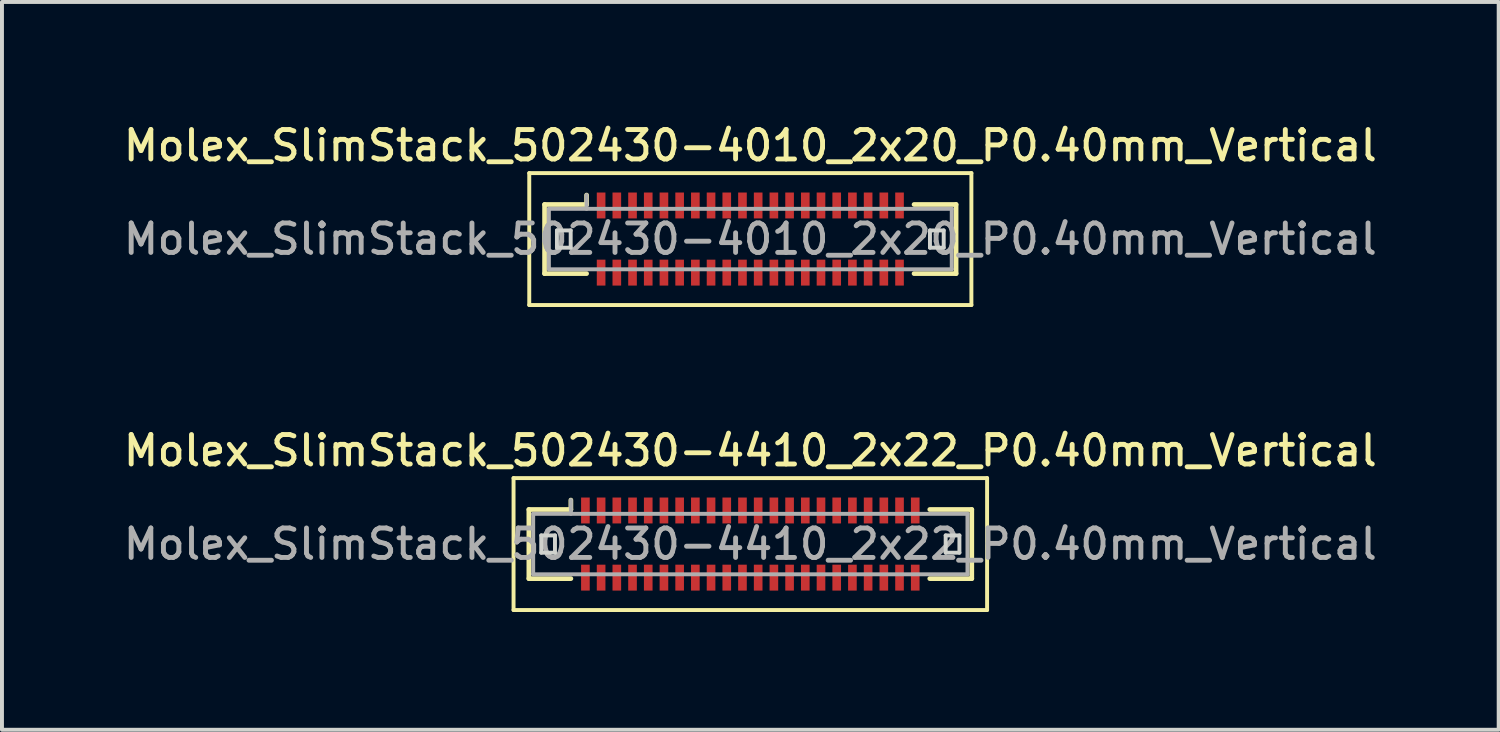
<source format=kicad_pcb>
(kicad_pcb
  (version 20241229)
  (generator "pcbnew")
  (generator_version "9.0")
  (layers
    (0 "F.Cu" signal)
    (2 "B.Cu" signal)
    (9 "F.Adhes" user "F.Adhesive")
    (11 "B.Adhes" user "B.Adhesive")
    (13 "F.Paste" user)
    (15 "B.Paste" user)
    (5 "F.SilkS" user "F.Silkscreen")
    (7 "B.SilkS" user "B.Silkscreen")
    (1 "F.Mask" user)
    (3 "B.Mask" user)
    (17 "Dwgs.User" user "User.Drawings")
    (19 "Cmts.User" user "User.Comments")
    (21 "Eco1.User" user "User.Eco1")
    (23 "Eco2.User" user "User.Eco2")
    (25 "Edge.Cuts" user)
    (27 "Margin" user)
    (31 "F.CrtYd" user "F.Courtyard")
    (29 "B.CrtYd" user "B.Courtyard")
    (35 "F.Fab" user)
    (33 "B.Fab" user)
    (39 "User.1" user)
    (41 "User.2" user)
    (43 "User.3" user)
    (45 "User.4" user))
  (footprint "Molex_SlimStack_502430-4410_2x22_P0.40mm_Vertical"
    (layer "F.Cu")
    (at 16.059 10.806)
    (property "Reference" "Molex_SlimStack_502430-4410_2x22_P0.40mm_Vertical" (at 0 -2.38 0) (layer "F.SilkS") (effects (font (size 0.75 0.75) (thickness 0.125))))
    (attr smd)
    (fp_line (start -6.03 -1.68) (end -6.03 1.68) (stroke (width 0.1) (type solid)) (layer "F.SilkS"))
    (fp_line (start -6.03 1.68) (end 6.03 1.68) (stroke (width 0.1) (type solid)) (layer "F.SilkS"))
    (fp_line (start -5.64 -0.88) (end -4.57 -0.88) (stroke (width 0.12) (type solid)) (layer "F.SilkS"))
    (fp_line (start -5.64 0.88) (end -5.64 -0.88) (stroke (width 0.12) (type solid)) (layer "F.SilkS"))
    (fp_line (start -4.57 -0.88) (end -4.57 -1.12) (stroke (width 0.12) (type solid)) (layer "F.SilkS"))
    (fp_line (start -4.57 0.88) (end -5.64 0.88) (stroke (width 0.12) (type solid)) (layer "F.SilkS"))
    (fp_line (start 4.57 0.88) (end 5.64 0.88) (stroke (width 0.12) (type solid)) (layer "F.SilkS"))
    (fp_line (start 5.64 -0.88) (end 4.57 -0.88) (stroke (width 0.12) (type solid)) (layer "F.SilkS"))
    (fp_line (start 5.64 0.88) (end 5.64 -0.88) (stroke (width 0.12) (type solid)) (layer "F.SilkS"))
    (fp_line (start 6.03 -1.68) (end -6.03 -1.68) (stroke (width 0.1) (type solid)) (layer "F.SilkS"))
    (fp_line (start 6.03 1.68) (end 6.03 -1.68) (stroke (width 0.1) (type solid)) (layer "F.SilkS"))
    (fp_line (start -5.325 -0.22) (end -5.325 0.22) (stroke (width 0.1) (type solid)) (layer "Edge.Cuts"))
    (fp_line (start -5.325 0.22) (end -4.975 0.22) (stroke (width 0.1) (type solid)) (layer "Edge.Cuts"))
    (fp_line (start -4.975 -0.22) (end -5.325 -0.22) (stroke (width 0.1) (type solid)) (layer "Edge.Cuts"))
    (fp_line (start -4.975 0.22) (end -4.975 -0.22) (stroke (width 0.1) (type solid)) (layer "Edge.Cuts"))
    (fp_line (start 4.975 -0.22) (end 4.975 0.22) (stroke (width 0.1) (type solid)) (layer "Edge.Cuts"))
    (fp_line (start 4.975 0.22) (end 5.325 0.22) (stroke (width 0.1) (type solid)) (layer "Edge.Cuts"))
    (fp_line (start 5.325 -0.22) (end 4.975 -0.22) (stroke (width 0.1) (type solid)) (layer "Edge.Cuts"))
    (fp_line (start 5.325 0.22) (end 5.325 -0.22) (stroke (width 0.1) (type solid)) (layer "Edge.Cuts"))
    (fp_line (start -5.53 -0.77) (end -5.53 0.77) (stroke (width 0.1) (type solid)) (layer "F.Fab"))
    (fp_line (start -5.53 0.77) (end 5.53 0.77) (stroke (width 0.1) (type solid)) (layer "F.Fab"))
    (fp_line (start -4.57 -0.77) (end -4.57 -1.12) (stroke (width 0.1) (type solid)) (layer "F.Fab"))
    (fp_line (start 5.53 -0.77) (end -5.53 -0.77) (stroke (width 0.1) (type solid)) (layer "F.Fab"))
    (fp_line (start 5.53 0.77) (end 5.53 -0.77) (stroke (width 0.1) (type solid)) (layer "F.Fab"))
    (fp_text user "${REFERENCE}" (at 0 0 0) (layer "F.Fab") (effects (font (size 0.75 0.75) (thickness 0.125))))
    (pad "1" smd rect (at -4.2 -0.855) (size 0.22 0.66) (layers "F.Cu" "F.Mask" "F.Paste"))
    (pad "2" smd rect (at -4.2 0.855) (size 0.22 0.66) (layers "F.Cu" "F.Mask" "F.Paste"))
    (pad "3" smd rect (at -3.8 -0.855) (size 0.22 0.66) (layers "F.Cu" "F.Mask" "F.Paste"))
    (pad "4" smd rect (at -3.8 0.855) (size 0.22 0.66) (layers "F.Cu" "F.Mask" "F.Paste"))
    (pad "5" smd rect (at -3.4 -0.855) (size 0.22 0.66) (layers "F.Cu" "F.Mask" "F.Paste"))
    (pad "6" smd rect (at -3.4 0.855) (size 0.22 0.66) (layers "F.Cu" "F.Mask" "F.Paste"))
    (pad "7" smd rect (at -3 -0.855) (size 0.22 0.66) (layers "F.Cu" "F.Mask" "F.Paste"))
    (pad "8" smd rect (at -3 0.855) (size 0.22 0.66) (layers "F.Cu" "F.Mask" "F.Paste"))
    (pad "9" smd rect (at -2.6 -0.855) (size 0.22 0.66) (layers "F.Cu" "F.Mask" "F.Paste"))
    (pad "10" smd rect (at -2.6 0.855) (size 0.22 0.66) (layers "F.Cu" "F.Mask" "F.Paste"))
    (pad "11" smd rect (at -2.2 -0.855) (size 0.22 0.66) (layers "F.Cu" "F.Mask" "F.Paste"))
    (pad "12" smd rect (at -2.2 0.855) (size 0.22 0.66) (layers "F.Cu" "F.Mask" "F.Paste"))
    (pad "13" smd rect (at -1.8 -0.855) (size 0.22 0.66) (layers "F.Cu" "F.Mask" "F.Paste"))
    (pad "14" smd rect (at -1.8 0.855) (size 0.22 0.66) (layers "F.Cu" "F.Mask" "F.Paste"))
    (pad "15" smd rect (at -1.4 -0.855) (size 0.22 0.66) (layers "F.Cu" "F.Mask" "F.Paste"))
    (pad "16" smd rect (at -1.4 0.855) (size 0.22 0.66) (layers "F.Cu" "F.Mask" "F.Paste"))
    (pad "17" smd rect (at -1 -0.855) (size 0.22 0.66) (layers "F.Cu" "F.Mask" "F.Paste"))
    (pad "18" smd rect (at -1 0.855) (size 0.22 0.66) (layers "F.Cu" "F.Mask" "F.Paste"))
    (pad "19" smd rect (at -0.6 -0.855) (size 0.22 0.66) (layers "F.Cu" "F.Mask" "F.Paste"))
    (pad "20" smd rect (at -0.6 0.855) (size 0.22 0.66) (layers "F.Cu" "F.Mask" "F.Paste"))
    (pad "21" smd rect (at -0.2 -0.855) (size 0.22 0.66) (layers "F.Cu" "F.Mask" "F.Paste"))
    (pad "22" smd rect (at -0.2 0.855) (size 0.22 0.66) (layers "F.Cu" "F.Mask" "F.Paste"))
    (pad "23" smd rect (at 0.2 -0.855) (size 0.22 0.66) (layers "F.Cu" "F.Mask" "F.Paste"))
    (pad "24" smd rect (at 0.2 0.855) (size 0.22 0.66) (layers "F.Cu" "F.Mask" "F.Paste"))
    (pad "25" smd rect (at 0.6 -0.855) (size 0.22 0.66) (layers "F.Cu" "F.Mask" "F.Paste"))
    (pad "26" smd rect (at 0.6 0.855) (size 0.22 0.66) (layers "F.Cu" "F.Mask" "F.Paste"))
    (pad "27" smd rect (at 1 -0.855) (size 0.22 0.66) (layers "F.Cu" "F.Mask" "F.Paste"))
    (pad "28" smd rect (at 1 0.855) (size 0.22 0.66) (layers "F.Cu" "F.Mask" "F.Paste"))
    (pad "29" smd rect (at 1.4 -0.855) (size 0.22 0.66) (layers "F.Cu" "F.Mask" "F.Paste"))
    (pad "30" smd rect (at 1.4 0.855) (size 0.22 0.66) (layers "F.Cu" "F.Mask" "F.Paste"))
    (pad "31" smd rect (at 1.8 -0.855) (size 0.22 0.66) (layers "F.Cu" "F.Mask" "F.Paste"))
    (pad "32" smd rect (at 1.8 0.855) (size 0.22 0.66) (layers "F.Cu" "F.Mask" "F.Paste"))
    (pad "33" smd rect (at 2.2 -0.855) (size 0.22 0.66) (layers "F.Cu" "F.Mask" "F.Paste"))
    (pad "34" smd rect (at 2.2 0.855) (size 0.22 0.66) (layers "F.Cu" "F.Mask" "F.Paste"))
    (pad "35" smd rect (at 2.6 -0.855) (size 0.22 0.66) (layers "F.Cu" "F.Mask" "F.Paste"))
    (pad "36" smd rect (at 2.6 0.855) (size 0.22 0.66) (layers "F.Cu" "F.Mask" "F.Paste"))
    (pad "37" smd rect (at 3 -0.855) (size 0.22 0.66) (layers "F.Cu" "F.Mask" "F.Paste"))
    (pad "38" smd rect (at 3 0.855) (size 0.22 0.66) (layers "F.Cu" "F.Mask" "F.Paste"))
    (pad "39" smd rect (at 3.4 -0.855) (size 0.22 0.66) (layers "F.Cu" "F.Mask" "F.Paste"))
    (pad "40" smd rect (at 3.4 0.855) (size 0.22 0.66) (layers "F.Cu" "F.Mask" "F.Paste"))
    (pad "41" smd rect (at 3.8 -0.855) (size 0.22 0.66) (layers "F.Cu" "F.Mask" "F.Paste"))
    (pad "42" smd rect (at 3.8 0.855) (size 0.22 0.66) (layers "F.Cu" "F.Mask" "F.Paste"))
    (pad "43" smd rect (at 4.2 -0.855) (size 0.22 0.66) (layers "F.Cu" "F.Mask" "F.Paste"))
    (pad "44" smd rect (at 4.2 0.855) (size 0.22 0.66) (layers "F.Cu" "F.Mask" "F.Paste")))
  (footprint "Molex_SlimStack_502430-4010_2x20_P0.40mm_Vertical"
    (layer "F.Cu")
    (at 16.059 3.038)
    (property "Reference" "Molex_SlimStack_502430-4010_2x20_P0.40mm_Vertical" (at 0 -2.38 0) (layer "F.SilkS") (effects (font (size 0.75 0.75) (thickness 0.125))))
    (attr smd)
    (fp_line (start -5.63 -1.68) (end -5.63 1.68) (stroke (width 0.1) (type solid)) (layer "F.SilkS"))
    (fp_line (start -5.63 1.68) (end 5.63 1.68) (stroke (width 0.1) (type solid)) (layer "F.SilkS"))
    (fp_line (start -5.24 -0.88) (end -4.17 -0.88) (stroke (width 0.12) (type solid)) (layer "F.SilkS"))
    (fp_line (start -5.24 0.88) (end -5.24 -0.88) (stroke (width 0.12) (type solid)) (layer "F.SilkS"))
    (fp_line (start -4.17 -0.88) (end -4.17 -1.12) (stroke (width 0.12) (type solid)) (layer "F.SilkS"))
    (fp_line (start -4.17 0.88) (end -5.24 0.88) (stroke (width 0.12) (type solid)) (layer "F.SilkS"))
    (fp_line (start 4.17 0.88) (end 5.24 0.88) (stroke (width 0.12) (type solid)) (layer "F.SilkS"))
    (fp_line (start 5.24 -0.88) (end 4.17 -0.88) (stroke (width 0.12) (type solid)) (layer "F.SilkS"))
    (fp_line (start 5.24 0.88) (end 5.24 -0.88) (stroke (width 0.12) (type solid)) (layer "F.SilkS"))
    (fp_line (start 5.63 -1.68) (end -5.63 -1.68) (stroke (width 0.1) (type solid)) (layer "F.SilkS"))
    (fp_line (start 5.63 1.68) (end 5.63 -1.68) (stroke (width 0.1) (type solid)) (layer "F.SilkS"))
    (fp_line (start -4.925 -0.22) (end -4.925 0.22) (stroke (width 0.1) (type solid)) (layer "Edge.Cuts"))
    (fp_line (start -4.925 0.22) (end -4.575 0.22) (stroke (width 0.1) (type solid)) (layer "Edge.Cuts"))
    (fp_line (start -4.575 -0.22) (end -4.925 -0.22) (stroke (width 0.1) (type solid)) (layer "Edge.Cuts"))
    (fp_line (start -4.575 0.22) (end -4.575 -0.22) (stroke (width 0.1) (type solid)) (layer "Edge.Cuts"))
    (fp_line (start 4.575 -0.22) (end 4.575 0.22) (stroke (width 0.1) (type solid)) (layer "Edge.Cuts"))
    (fp_line (start 4.575 0.22) (end 4.925 0.22) (stroke (width 0.1) (type solid)) (layer "Edge.Cuts"))
    (fp_line (start 4.925 -0.22) (end 4.575 -0.22) (stroke (width 0.1) (type solid)) (layer "Edge.Cuts"))
    (fp_line (start 4.925 0.22) (end 4.925 -0.22) (stroke (width 0.1) (type solid)) (layer "Edge.Cuts"))
    (fp_line (start -5.13 -0.77) (end -5.13 0.77) (stroke (width 0.1) (type solid)) (layer "F.Fab"))
    (fp_line (start -5.13 0.77) (end 5.13 0.77) (stroke (width 0.1) (type solid)) (layer "F.Fab"))
    (fp_line (start -4.17 -0.77) (end -4.17 -1.12) (stroke (width 0.1) (type solid)) (layer "F.Fab"))
    (fp_line (start 5.13 -0.77) (end -5.13 -0.77) (stroke (width 0.1) (type solid)) (layer "F.Fab"))
    (fp_line (start 5.13 0.77) (end 5.13 -0.77) (stroke (width 0.1) (type solid)) (layer "F.Fab"))
    (fp_text user "${REFERENCE}" (at 0 0 0) (layer "F.Fab") (effects (font (size 0.75 0.75) (thickness 0.125))))
    (pad "1" smd rect (at -3.8 -0.855) (size 0.22 0.66) (layers "F.Cu" "F.Mask" "F.Paste"))
    (pad "2" smd rect (at -3.8 0.855) (size 0.22 0.66) (layers "F.Cu" "F.Mask" "F.Paste"))
    (pad "3" smd rect (at -3.4 -0.855) (size 0.22 0.66) (layers "F.Cu" "F.Mask" "F.Paste"))
    (pad "4" smd rect (at -3.4 0.855) (size 0.22 0.66) (layers "F.Cu" "F.Mask" "F.Paste"))
    (pad "5" smd rect (at -3 -0.855) (size 0.22 0.66) (layers "F.Cu" "F.Mask" "F.Paste"))
    (pad "6" smd rect (at -3 0.855) (size 0.22 0.66) (layers "F.Cu" "F.Mask" "F.Paste"))
    (pad "7" smd rect (at -2.6 -0.855) (size 0.22 0.66) (layers "F.Cu" "F.Mask" "F.Paste"))
    (pad "8" smd rect (at -2.6 0.855) (size 0.22 0.66) (layers "F.Cu" "F.Mask" "F.Paste"))
    (pad "9" smd rect (at -2.2 -0.855) (size 0.22 0.66) (layers "F.Cu" "F.Mask" "F.Paste"))
    (pad "10" smd rect (at -2.2 0.855) (size 0.22 0.66) (layers "F.Cu" "F.Mask" "F.Paste"))
    (pad "11" smd rect (at -1.8 -0.855) (size 0.22 0.66) (layers "F.Cu" "F.Mask" "F.Paste"))
    (pad "12" smd rect (at -1.8 0.855) (size 0.22 0.66) (layers "F.Cu" "F.Mask" "F.Paste"))
    (pad "13" smd rect (at -1.4 -0.855) (size 0.22 0.66) (layers "F.Cu" "F.Mask" "F.Paste"))
    (pad "14" smd rect (at -1.4 0.855) (size 0.22 0.66) (layers "F.Cu" "F.Mask" "F.Paste"))
    (pad "15" smd rect (at -1 -0.855) (size 0.22 0.66) (layers "F.Cu" "F.Mask" "F.Paste"))
    (pad "16" smd rect (at -1 0.855) (size 0.22 0.66) (layers "F.Cu" "F.Mask" "F.Paste"))
    (pad "17" smd rect (at -0.6 -0.855) (size 0.22 0.66) (layers "F.Cu" "F.Mask" "F.Paste"))
    (pad "18" smd rect (at -0.6 0.855) (size 0.22 0.66) (layers "F.Cu" "F.Mask" "F.Paste"))
    (pad "19" smd rect (at -0.2 -0.855) (size 0.22 0.66) (layers "F.Cu" "F.Mask" "F.Paste"))
    (pad "20" smd rect (at -0.2 0.855) (size 0.22 0.66) (layers "F.Cu" "F.Mask" "F.Paste"))
    (pad "21" smd rect (at 0.2 -0.855) (size 0.22 0.66) (layers "F.Cu" "F.Mask" "F.Paste"))
    (pad "22" smd rect (at 0.2 0.855) (size 0.22 0.66) (layers "F.Cu" "F.Mask" "F.Paste"))
    (pad "23" smd rect (at 0.6 -0.855) (size 0.22 0.66) (layers "F.Cu" "F.Mask" "F.Paste"))
    (pad "24" smd rect (at 0.6 0.855) (size 0.22 0.66) (layers "F.Cu" "F.Mask" "F.Paste"))
    (pad "25" smd rect (at 1 -0.855) (size 0.22 0.66) (layers "F.Cu" "F.Mask" "F.Paste"))
    (pad "26" smd rect (at 1 0.855) (size 0.22 0.66) (layers "F.Cu" "F.Mask" "F.Paste"))
    (pad "27" smd rect (at 1.4 -0.855) (size 0.22 0.66) (layers "F.Cu" "F.Mask" "F.Paste"))
    (pad "28" smd rect (at 1.4 0.855) (size 0.22 0.66) (layers "F.Cu" "F.Mask" "F.Paste"))
    (pad "29" smd rect (at 1.8 -0.855) (size 0.22 0.66) (layers "F.Cu" "F.Mask" "F.Paste"))
    (pad "30" smd rect (at 1.8 0.855) (size 0.22 0.66) (layers "F.Cu" "F.Mask" "F.Paste"))
    (pad "31" smd rect (at 2.2 -0.855) (size 0.22 0.66) (layers "F.Cu" "F.Mask" "F.Paste"))
    (pad "32" smd rect (at 2.2 0.855) (size 0.22 0.66) (layers "F.Cu" "F.Mask" "F.Paste"))
    (pad "33" smd rect (at 2.6 -0.855) (size 0.22 0.66) (layers "F.Cu" "F.Mask" "F.Paste"))
    (pad "34" smd rect (at 2.6 0.855) (size 0.22 0.66) (layers "F.Cu" "F.Mask" "F.Paste"))
    (pad "35" smd rect (at 3 -0.855) (size 0.22 0.66) (layers "F.Cu" "F.Mask" "F.Paste"))
    (pad "36" smd rect (at 3 0.855) (size 0.22 0.66) (layers "F.Cu" "F.Mask" "F.Paste"))
    (pad "37" smd rect (at 3.4 -0.855) (size 0.22 0.66) (layers "F.Cu" "F.Mask" "F.Paste"))
    (pad "38" smd rect (at 3.4 0.855) (size 0.22 0.66) (layers "F.Cu" "F.Mask" "F.Paste"))
    (pad "39" smd rect (at 3.8 -0.855) (size 0.22 0.66) (layers "F.Cu" "F.Mask" "F.Paste"))
    (pad "40" smd rect (at 3.8 0.855) (size 0.22 0.66) (layers "F.Cu" "F.Mask" "F.Paste")))
  (gr_rect
    (start -3 -3)
    (end 35.118 15.536)
    (stroke (width 0.1) (type default))
    (fill no)
    (layer "Edge.Cuts")))
</source>
